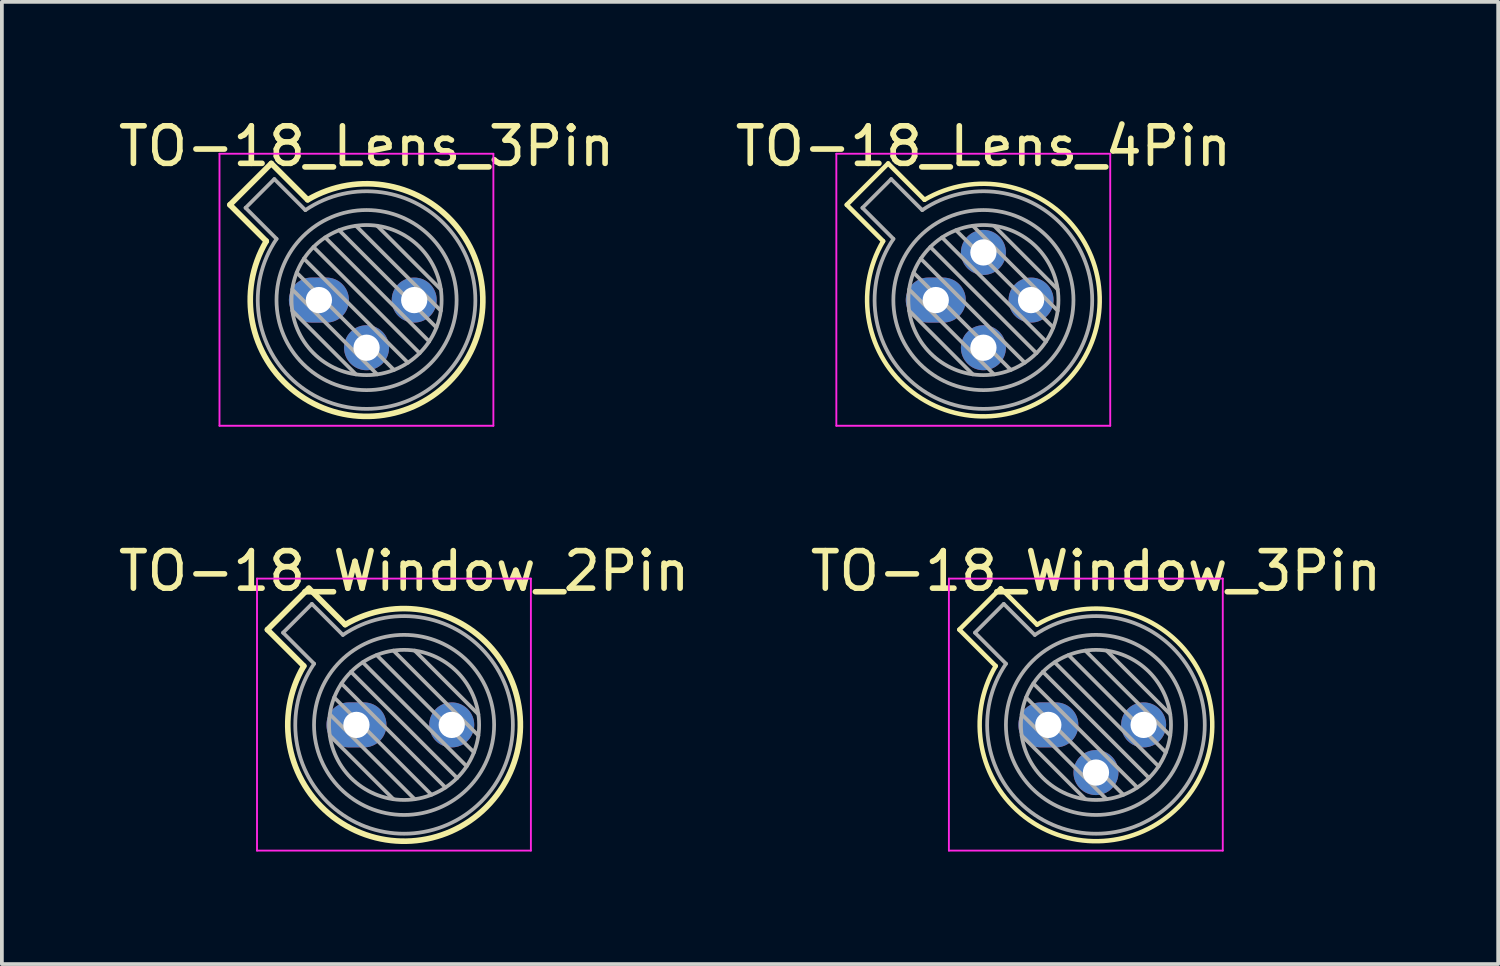
<source format=kicad_pcb>
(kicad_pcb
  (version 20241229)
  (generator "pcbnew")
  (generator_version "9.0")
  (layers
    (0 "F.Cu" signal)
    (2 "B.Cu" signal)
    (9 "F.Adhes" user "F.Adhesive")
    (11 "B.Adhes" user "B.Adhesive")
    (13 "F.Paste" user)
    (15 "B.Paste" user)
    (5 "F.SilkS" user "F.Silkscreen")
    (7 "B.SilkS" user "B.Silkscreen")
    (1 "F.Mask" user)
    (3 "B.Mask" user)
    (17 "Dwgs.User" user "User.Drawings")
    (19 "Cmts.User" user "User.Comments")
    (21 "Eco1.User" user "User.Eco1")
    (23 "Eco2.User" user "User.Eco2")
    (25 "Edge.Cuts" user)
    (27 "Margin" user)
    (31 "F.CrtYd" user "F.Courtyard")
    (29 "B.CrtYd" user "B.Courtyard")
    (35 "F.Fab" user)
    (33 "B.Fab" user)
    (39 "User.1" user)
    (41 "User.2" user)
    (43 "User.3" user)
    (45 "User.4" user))
  (footprint "TO-18_Window_3Pin"
    (layer "F.Cu")
    (at 24.891 16.271)
    (property "Reference" "TO-18_Window_3Pin" (at 1.27 -4.1 0) (layer "F.SilkS") (effects (font (size 1 1) (thickness 0.15))))
    (attr through_hole)
    (fp_line (start -2.372 -2.539) (end -1.403 -1.57) (stroke (width 0.12) (type solid)) (layer "F.SilkS"))
    (fp_line (start -1.269 -3.642) (end -2.372 -2.539) (stroke (width 0.12) (type solid)) (layer "F.SilkS"))
    (fp_line (start -0.3 -2.673) (end -1.269 -3.642) (stroke (width 0.12) (type solid)) (layer "F.SilkS"))
    (fp_arc (start -0.299966 -2.673052) (mid 3.462031 2.192031) (end -1.403052 -1.569965) (stroke (width 0.12) (type solid)) (layer "F.SilkS"))
    (fp_line (start -2.65 -3.9) (end -2.65 3.35) (stroke (width 0.05) (type solid)) (layer "F.CrtYd"))
    (fp_line (start -2.65 3.35) (end 4.65 3.35) (stroke (width 0.05) (type solid)) (layer "F.CrtYd"))
    (fp_line (start 4.65 -3.9) (end -2.65 -3.9) (stroke (width 0.05) (type solid)) (layer "F.CrtYd"))
    (fp_line (start 4.65 3.35) (end 4.65 -3.9) (stroke (width 0.05) (type solid)) (layer "F.CrtYd"))
    (fp_line (start -1.955 -2.458) (end -1.128 -1.631) (stroke (width 0.1) (type solid)) (layer "F.Fab"))
    (fp_line (start -1.188 -3.225) (end -1.955 -2.458) (stroke (width 0.1) (type solid)) (layer "F.Fab"))
    (fp_line (start -0.71 -0.283) (end 1.553 1.98) (stroke (width 0.1) (type solid)) (layer "F.Fab"))
    (fp_line (start -0.71 0.283) (end 0.987 1.98) (stroke (width 0.1) (type solid)) (layer "F.Fab"))
    (fp_line (start -0.592 -0.731) (end 2.001 1.862) (stroke (width 0.1) (type solid)) (layer "F.Fab"))
    (fp_line (start -0.399 -1.103) (end 2.373 1.669) (stroke (width 0.1) (type solid)) (layer "F.Fab"))
    (fp_line (start -0.361 -2.398) (end -1.188 -3.225) (stroke (width 0.1) (type solid)) (layer "F.Fab"))
    (fp_line (start -0.145 -1.415) (end 2.685 1.415) (stroke (width 0.1) (type solid)) (layer "F.Fab"))
    (fp_line (start 0.167 -1.669) (end 2.939 1.103) (stroke (width 0.1) (type solid)) (layer "F.Fab"))
    (fp_line (start 0.539 -1.862) (end 3.132 0.731) (stroke (width 0.1) (type solid)) (layer "F.Fab"))
    (fp_line (start 0.987 -1.98) (end 3.25 0.283) (stroke (width 0.1) (type solid)) (layer "F.Fab"))
    (fp_line (start 1.553 -1.98) (end 3.25 -0.283) (stroke (width 0.1) (type solid)) (layer "F.Fab"))
    (fp_arc (start -0.360736 -2.398061) (mid 3.320609 2.050609) (end -1.128061 -1.630736) (stroke (width 0.1) (type solid)) (layer "F.Fab"))
    (fp_circle (center 1.27 0) (end 3.27 0) (stroke (width 0.1) (type solid)) (fill no) (layer "F.Fab"))
    (fp_circle (center 1.27 0) (end 3.67 0) (stroke (width 0.1) (type solid)) (fill no) (layer "F.Fab"))
    (pad "1" thru_hole oval (at 0 0) (size 1.6 1.2) (drill 0.7) (layers "*.Cu" "*.Mask"))
    (pad "2" thru_hole oval (at 1.27 1.27) (size 1.2 1.2) (drill 0.7) (layers "*.Cu" "*.Mask"))
    (pad "3" thru_hole oval (at 2.54 0) (size 1.2 1.2) (drill 0.7) (layers "*.Cu" "*.Mask")))
  (footprint "TO-18_Window_2Pin"
    (layer "F.Cu")
    (at 6.45 16.271)
    (property "Reference" "TO-18_Window_2Pin" (at 1.27 -4.1 0) (layer "F.SilkS") (effects (font (size 1 1) (thickness 0.15))))
    (attr through_hole)
    (fp_line (start -2.372 -2.539) (end -1.403 -1.57) (stroke (width 0.15) (type solid)) (layer "F.SilkS"))
    (fp_line (start -1.269 -3.642) (end -2.372 -2.539) (stroke (width 0.15) (type solid)) (layer "F.SilkS"))
    (fp_line (start -0.3 -2.673) (end -1.269 -3.642) (stroke (width 0.15) (type solid)) (layer "F.SilkS"))
    (fp_arc (start -0.299966 -2.673052) (mid 3.462031 2.192031) (end -1.403052 -1.569965) (stroke (width 0.15) (type solid)) (layer "F.SilkS"))
    (fp_line (start -2.65 -3.9) (end -2.65 3.35) (stroke (width 0.05) (type solid)) (layer "F.CrtYd"))
    (fp_line (start -2.65 3.35) (end 4.65 3.35) (stroke (width 0.05) (type solid)) (layer "F.CrtYd"))
    (fp_line (start 4.65 -3.9) (end -2.65 -3.9) (stroke (width 0.05) (type solid)) (layer "F.CrtYd"))
    (fp_line (start 4.65 3.35) (end 4.65 -3.9) (stroke (width 0.05) (type solid)) (layer "F.CrtYd"))
    (fp_line (start -1.955 -2.458) (end -1.128 -1.631) (stroke (width 0.1) (type solid)) (layer "F.Fab"))
    (fp_line (start -1.188 -3.225) (end -1.955 -2.458) (stroke (width 0.1) (type solid)) (layer "F.Fab"))
    (fp_line (start -0.71 -0.283) (end 1.553 1.98) (stroke (width 0.1) (type solid)) (layer "F.Fab"))
    (fp_line (start -0.71 0.283) (end 0.987 1.98) (stroke (width 0.1) (type solid)) (layer "F.Fab"))
    (fp_line (start -0.592 -0.731) (end 2.001 1.862) (stroke (width 0.1) (type solid)) (layer "F.Fab"))
    (fp_line (start -0.399 -1.103) (end 2.373 1.669) (stroke (width 0.1) (type solid)) (layer "F.Fab"))
    (fp_line (start -0.361 -2.398) (end -1.188 -3.225) (stroke (width 0.1) (type solid)) (layer "F.Fab"))
    (fp_line (start -0.145 -1.415) (end 2.685 1.415) (stroke (width 0.1) (type solid)) (layer "F.Fab"))
    (fp_line (start 0.167 -1.669) (end 2.939 1.103) (stroke (width 0.1) (type solid)) (layer "F.Fab"))
    (fp_line (start 0.539 -1.862) (end 3.132 0.731) (stroke (width 0.1) (type solid)) (layer "F.Fab"))
    (fp_line (start 0.987 -1.98) (end 3.25 0.283) (stroke (width 0.1) (type solid)) (layer "F.Fab"))
    (fp_line (start 1.553 -1.98) (end 3.25 -0.283) (stroke (width 0.1) (type solid)) (layer "F.Fab"))
    (fp_arc (start -0.360736 -2.398061) (mid 3.320609 2.050609) (end -1.128061 -1.630736) (stroke (width 0.1) (type solid)) (layer "F.Fab"))
    (fp_circle (center 1.27 0) (end 3.27 0) (stroke (width 0.1) (type solid)) (fill no) (layer "F.Fab"))
    (fp_circle (center 1.27 0) (end 3.67 0) (stroke (width 0.1) (type solid)) (fill no) (layer "F.Fab"))
    (pad "1" thru_hole oval (at 0 0) (size 1.6 1.2) (drill 0.7) (layers "*.Cu" "*.Mask"))
    (pad "2" thru_hole oval (at 2.54 0) (size 1.2 1.2) (drill 0.7) (layers "*.Cu" "*.Mask")))
  (footprint "TO-18_Lens_3Pin"
    (layer "F.Cu")
    (at 5.45 4.948)
    (property "Reference" "TO-18_Lens_3Pin" (at 1.27 -4.1 0) (layer "F.SilkS") (effects (font (size 1 1) (thickness 0.15))))
    (attr through_hole)
    (fp_line (start -2.372 -2.539) (end -1.403 -1.57) (stroke (width 0.15) (type solid)) (layer "F.SilkS"))
    (fp_line (start -1.269 -3.642) (end -2.372 -2.539) (stroke (width 0.15) (type solid)) (layer "F.SilkS"))
    (fp_line (start -0.3 -2.673) (end -1.269 -3.642) (stroke (width 0.15) (type solid)) (layer "F.SilkS"))
    (fp_arc (start -0.299966 -2.673052) (mid 3.462031 2.192031) (end -1.403052 -1.569965) (stroke (width 0.15) (type solid)) (layer "F.SilkS"))
    (fp_line (start -2.65 -3.9) (end -2.65 3.35) (stroke (width 0.05) (type solid)) (layer "F.CrtYd"))
    (fp_line (start -2.65 3.35) (end 4.65 3.35) (stroke (width 0.05) (type solid)) (layer "F.CrtYd"))
    (fp_line (start 4.65 -3.9) (end -2.65 -3.9) (stroke (width 0.05) (type solid)) (layer "F.CrtYd"))
    (fp_line (start 4.65 3.35) (end 4.65 -3.9) (stroke (width 0.05) (type solid)) (layer "F.CrtYd"))
    (fp_line (start -1.955 -2.458) (end -1.128 -1.631) (stroke (width 0.1) (type solid)) (layer "F.Fab"))
    (fp_line (start -1.188 -3.225) (end -1.955 -2.458) (stroke (width 0.1) (type solid)) (layer "F.Fab"))
    (fp_line (start -0.71 -0.283) (end 1.553 1.98) (stroke (width 0.1) (type solid)) (layer "F.Fab"))
    (fp_line (start -0.71 0.283) (end 0.987 1.98) (stroke (width 0.1) (type solid)) (layer "F.Fab"))
    (fp_line (start -0.592 -0.731) (end 2.001 1.862) (stroke (width 0.1) (type solid)) (layer "F.Fab"))
    (fp_line (start -0.399 -1.103) (end 2.373 1.669) (stroke (width 0.1) (type solid)) (layer "F.Fab"))
    (fp_line (start -0.361 -2.398) (end -1.188 -3.225) (stroke (width 0.1) (type solid)) (layer "F.Fab"))
    (fp_line (start -0.145 -1.415) (end 2.685 1.415) (stroke (width 0.1) (type solid)) (layer "F.Fab"))
    (fp_line (start 0.167 -1.669) (end 2.939 1.103) (stroke (width 0.1) (type solid)) (layer "F.Fab"))
    (fp_line (start 0.539 -1.862) (end 3.132 0.731) (stroke (width 0.1) (type solid)) (layer "F.Fab"))
    (fp_line (start 0.987 -1.98) (end 3.25 0.283) (stroke (width 0.1) (type solid)) (layer "F.Fab"))
    (fp_line (start 1.553 -1.98) (end 3.25 -0.283) (stroke (width 0.1) (type solid)) (layer "F.Fab"))
    (fp_arc (start -0.360736 -2.398061) (mid 3.320609 2.050609) (end -1.128061 -1.630736) (stroke (width 0.1) (type solid)) (layer "F.Fab"))
    (fp_circle (center 1.27 0) (end 3.27 0) (stroke (width 0.1) (type solid)) (fill no) (layer "F.Fab"))
    (fp_circle (center 1.27 0) (end 3.67 0) (stroke (width 0.1) (type solid)) (fill no) (layer "F.Fab"))
    (pad "1" thru_hole oval (at 0 0) (size 1.6 1.2) (drill 0.7) (layers "*.Cu" "*.Mask"))
    (pad "2" thru_hole oval (at 1.27 1.27) (size 1.2 1.2) (drill 0.7) (layers "*.Cu" "*.Mask"))
    (pad "3" thru_hole oval (at 2.54 0) (size 1.2 1.2) (drill 0.7) (layers "*.Cu" "*.Mask")))
  (footprint "TO-18_Lens_4Pin"
    (layer "F.Cu")
    (at 21.891 4.948)
    (property "Reference" "TO-18_Lens_4Pin" (at 1.27 -4.1 0) (layer "F.SilkS") (effects (font (size 1 1) (thickness 0.15))))
    (attr through_hole)
    (fp_line (start -2.372 -2.539) (end -1.403 -1.57) (stroke (width 0.12) (type solid)) (layer "F.SilkS"))
    (fp_line (start -1.269 -3.642) (end -2.372 -2.539) (stroke (width 0.12) (type solid)) (layer "F.SilkS"))
    (fp_line (start -0.3 -2.673) (end -1.269 -3.642) (stroke (width 0.12) (type solid)) (layer "F.SilkS"))
    (fp_arc (start -0.299966 -2.673052) (mid 3.462031 2.192031) (end -1.403052 -1.569965) (stroke (width 0.12) (type solid)) (layer "F.SilkS"))
    (fp_line (start -2.65 -3.9) (end -2.65 3.35) (stroke (width 0.05) (type solid)) (layer "F.CrtYd"))
    (fp_line (start -2.65 3.35) (end 4.65 3.35) (stroke (width 0.05) (type solid)) (layer "F.CrtYd"))
    (fp_line (start 4.65 -3.9) (end -2.65 -3.9) (stroke (width 0.05) (type solid)) (layer "F.CrtYd"))
    (fp_line (start 4.65 3.35) (end 4.65 -3.9) (stroke (width 0.05) (type solid)) (layer "F.CrtYd"))
    (fp_line (start -1.955 -2.458) (end -1.128 -1.631) (stroke (width 0.1) (type solid)) (layer "F.Fab"))
    (fp_line (start -1.188 -3.225) (end -1.955 -2.458) (stroke (width 0.1) (type solid)) (layer "F.Fab"))
    (fp_line (start -0.71 -0.283) (end 1.553 1.98) (stroke (width 0.1) (type solid)) (layer "F.Fab"))
    (fp_line (start -0.71 0.283) (end 0.987 1.98) (stroke (width 0.1) (type solid)) (layer "F.Fab"))
    (fp_line (start -0.592 -0.731) (end 2.001 1.862) (stroke (width 0.1) (type solid)) (layer "F.Fab"))
    (fp_line (start -0.399 -1.103) (end 2.373 1.669) (stroke (width 0.1) (type solid)) (layer "F.Fab"))
    (fp_line (start -0.361 -2.398) (end -1.188 -3.225) (stroke (width 0.1) (type solid)) (layer "F.Fab"))
    (fp_line (start -0.145 -1.415) (end 2.685 1.415) (stroke (width 0.1) (type solid)) (layer "F.Fab"))
    (fp_line (start 0.167 -1.669) (end 2.939 1.103) (stroke (width 0.1) (type solid)) (layer "F.Fab"))
    (fp_line (start 0.539 -1.862) (end 3.132 0.731) (stroke (width 0.1) (type solid)) (layer "F.Fab"))
    (fp_line (start 0.987 -1.98) (end 3.25 0.283) (stroke (width 0.1) (type solid)) (layer "F.Fab"))
    (fp_line (start 1.553 -1.98) (end 3.25 -0.283) (stroke (width 0.1) (type solid)) (layer "F.Fab"))
    (fp_arc (start -0.360736 -2.398061) (mid 3.320609 2.050609) (end -1.128061 -1.630736) (stroke (width 0.1) (type solid)) (layer "F.Fab"))
    (fp_circle (center 1.27 0) (end 3.27 0) (stroke (width 0.1) (type solid)) (fill no) (layer "F.Fab"))
    (fp_circle (center 1.27 0) (end 3.67 0) (stroke (width 0.1) (type solid)) (fill no) (layer "F.Fab"))
    (pad "1" thru_hole oval (at 0 0) (size 1.6 1.2) (drill 0.7) (layers "*.Cu" "*.Mask"))
    (pad "2" thru_hole oval (at 1.27 1.27) (size 1.2 1.2) (drill 0.7) (layers "*.Cu" "*.Mask"))
    (pad "3" thru_hole oval (at 2.54 0) (size 1.2 1.2) (drill 0.7) (layers "*.Cu" "*.Mask"))
    (pad "4" thru_hole oval (at 1.27 -1.27) (size 1.2 1.2) (drill 0.7) (layers "*.Cu" "*.Mask")))
  (gr_rect
    (start -3 -3)
    (end 36.881 22.646)
    (stroke (width 0.1) (type default))
    (fill no)
    (layer "Edge.Cuts")))
</source>
